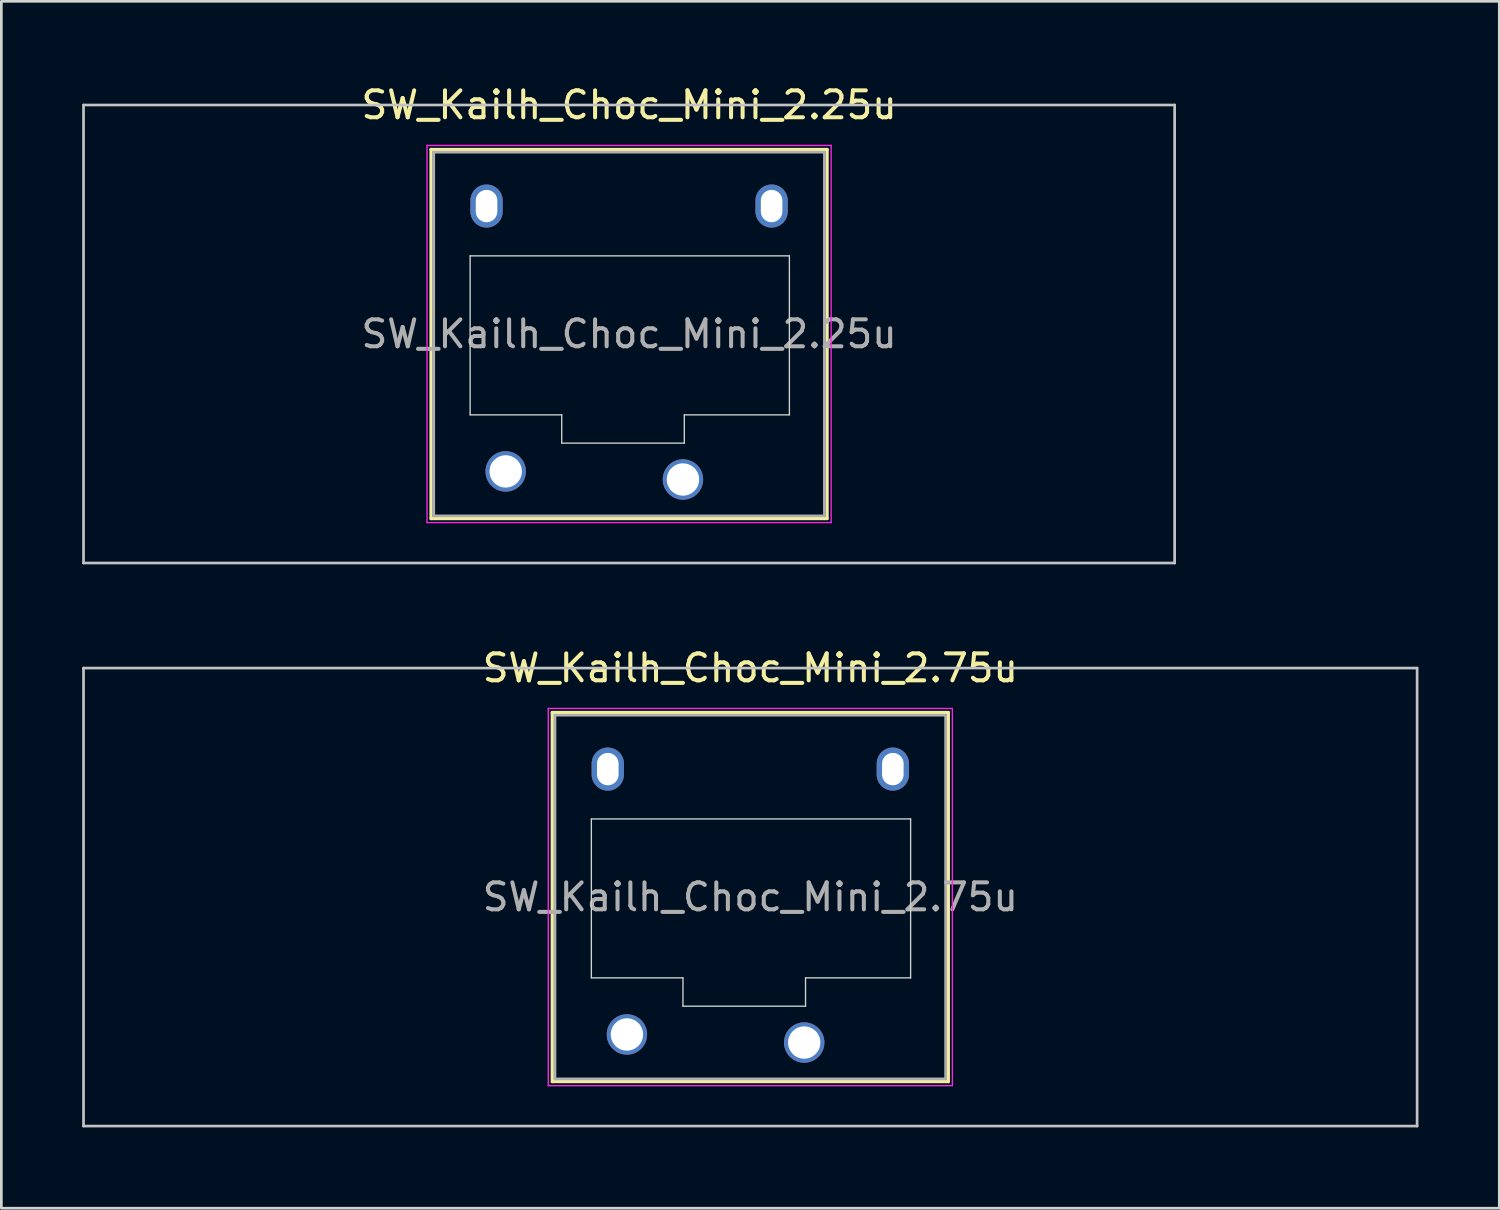
<source format=kicad_pcb>
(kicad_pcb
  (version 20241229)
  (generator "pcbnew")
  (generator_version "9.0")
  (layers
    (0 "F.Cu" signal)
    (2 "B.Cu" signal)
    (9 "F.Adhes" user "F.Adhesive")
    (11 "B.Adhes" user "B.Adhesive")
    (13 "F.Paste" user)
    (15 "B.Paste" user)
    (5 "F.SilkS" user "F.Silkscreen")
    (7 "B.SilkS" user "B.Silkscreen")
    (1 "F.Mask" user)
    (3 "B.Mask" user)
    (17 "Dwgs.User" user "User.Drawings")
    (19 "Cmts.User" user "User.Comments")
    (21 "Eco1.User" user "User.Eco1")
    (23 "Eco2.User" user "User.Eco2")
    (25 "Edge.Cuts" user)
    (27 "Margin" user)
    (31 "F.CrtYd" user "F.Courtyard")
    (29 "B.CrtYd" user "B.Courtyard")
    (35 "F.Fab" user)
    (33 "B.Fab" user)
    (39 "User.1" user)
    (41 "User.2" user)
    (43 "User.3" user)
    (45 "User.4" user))
  (footprint "SW_Kailh_Choc_Mini_2.25u"
    (layer "F.Cu")
    (at 20.3 9.348)
    (property "Reference" "SW_Kailh_Choc_Mini_2.25u" (at 0 -8.5 0) (layer "F.SilkS") (effects (font (size 1 1) (thickness 0.15))))
    (attr through_hole)
    (fp_line (start -7.35 -6.85) (end -7.35 6.85) (stroke (width 0.12) (type solid)) (layer "F.SilkS"))
    (fp_line (start -7.35 6.85) (end 7.35 6.85) (stroke (width 0.12) (type solid)) (layer "F.SilkS"))
    (fp_line (start 7.35 -6.85) (end -7.35 -6.85) (stroke (width 0.12) (type solid)) (layer "F.SilkS"))
    (fp_line (start 7.35 6.85) (end 7.35 -6.85) (stroke (width 0.12) (type solid)) (layer "F.SilkS"))
    (fp_line (start -20.25 -8.5) (end -20.25 8.5) (stroke (width 0.1) (type solid)) (layer "Dwgs.User"))
    (fp_line (start -20.25 8.5) (end 20.25 8.5) (stroke (width 0.1) (type solid)) (layer "Dwgs.User"))
    (fp_line (start 20.25 -8.5) (end -20.25 -8.5) (stroke (width 0.1) (type solid)) (layer "Dwgs.User"))
    (fp_line (start 20.25 8.5) (end 20.25 -8.5) (stroke (width 0.1) (type solid)) (layer "Dwgs.User"))
    (fp_line (start -6.85 -6.35) (end -6.85 6.35) (stroke (width 0.1) (type solid)) (layer "Eco1.User"))
    (fp_line (start -6.85 6.35) (end 6.85 6.35) (stroke (width 0.1) (type solid)) (layer "Eco1.User"))
    (fp_line (start 6.85 -6.35) (end -6.85 -6.35) (stroke (width 0.1) (type solid)) (layer "Eco1.User"))
    (fp_line (start 6.85 6.35) (end 6.85 -6.35) (stroke (width 0.1) (type solid)) (layer "Eco1.User"))
    (fp_line (start -5.9 -2.9) (end -5.9 3) (stroke (width 0.05) (type solid)) (layer "Edge.Cuts"))
    (fp_line (start -5.9 3) (end -2.5 3) (stroke (width 0.05) (type solid)) (layer "Edge.Cuts"))
    (fp_line (start -2.5 3) (end -2.5 4.05) (stroke (width 0.05) (type solid)) (layer "Edge.Cuts"))
    (fp_line (start -2.5 4.05) (end 2.05 4.05) (stroke (width 0.05) (type solid)) (layer "Edge.Cuts"))
    (fp_line (start 2.05 3) (end 5.95 3) (stroke (width 0.05) (type solid)) (layer "Edge.Cuts"))
    (fp_line (start 2.05 4.05) (end 2.05 3) (stroke (width 0.05) (type solid)) (layer "Edge.Cuts"))
    (fp_line (start 5.95 -2.9) (end -5.9 -2.9) (stroke (width 0.05) (type solid)) (layer "Edge.Cuts"))
    (fp_line (start 5.95 3) (end 5.95 -2.9) (stroke (width 0.05) (type solid)) (layer "Edge.Cuts"))
    (fp_line (start -7.5 -7) (end -7.5 7) (stroke (width 0.05) (type solid)) (layer "F.CrtYd"))
    (fp_line (start -7.5 7) (end 7.5 7) (stroke (width 0.05) (type solid)) (layer "F.CrtYd"))
    (fp_line (start 7.5 -7) (end -7.5 -7) (stroke (width 0.05) (type solid)) (layer "F.CrtYd"))
    (fp_line (start 7.5 7) (end 7.5 -7) (stroke (width 0.05) (type solid)) (layer "F.CrtYd"))
    (fp_line (start -7.25 -6.75) (end -7.25 6.75) (stroke (width 0.1) (type solid)) (layer "F.Fab"))
    (fp_line (start -7.25 6.75) (end 7.25 6.75) (stroke (width 0.1) (type solid)) (layer "F.Fab"))
    (fp_line (start 7.25 -6.75) (end -7.25 -6.75) (stroke (width 0.1) (type solid)) (layer "F.Fab"))
    (fp_line (start 7.25 6.75) (end 7.25 -6.75) (stroke (width 0.1) (type solid)) (layer "F.Fab"))
    (fp_text user "${REFERENCE}" (at 0 0 0) (layer "F.Fab") (effects (font (size 1 1) (thickness 0.15))))
    (pad "" np_thru_hole oval (at -5.29 -4.75) (size 1.2 1.6) (drill oval 0.8 1.2) (layers "*.Cu" "*.Mask"))
    (pad "" smd circle (at -4.58 5.1) (size 1.25 1.25) (layers "F.Mask"))
    (pad "" smd circle (at 2 5.4) (size 1.25 1.25) (layers "F.Mask"))
    (pad "" np_thru_hole oval (at 5.29 -4.75) (size 1.2 1.6) (drill oval 0.8 1.2) (layers "*.Cu" "*.Mask"))
    (pad "1" thru_hole circle (at 2 5.4) (size 1.5 1.5) (drill 1.2) (layers "*.Cu" "B.Mask"))
    (pad "2" thru_hole circle (at -4.58 5.1) (size 1.5 1.5) (drill 1.2) (layers "*.Cu" "B.Mask")))
  (footprint "SW_Kailh_Choc_Mini_2.75u"
    (layer "F.Cu")
    (at 24.8 30.247)
    (property "Reference" "SW_Kailh_Choc_Mini_2.75u" (at 0 -8.5 0) (layer "F.SilkS") (effects (font (size 1 1) (thickness 0.15))))
    (attr through_hole)
    (fp_line (start -7.35 -6.85) (end -7.35 6.85) (stroke (width 0.12) (type solid)) (layer "F.SilkS"))
    (fp_line (start -7.35 6.85) (end 7.35 6.85) (stroke (width 0.12) (type solid)) (layer "F.SilkS"))
    (fp_line (start 7.35 -6.85) (end -7.35 -6.85) (stroke (width 0.12) (type solid)) (layer "F.SilkS"))
    (fp_line (start 7.35 6.85) (end 7.35 -6.85) (stroke (width 0.12) (type solid)) (layer "F.SilkS"))
    (fp_line (start -24.75 -8.5) (end -24.75 8.5) (stroke (width 0.1) (type solid)) (layer "Dwgs.User"))
    (fp_line (start -24.75 8.5) (end 24.75 8.5) (stroke (width 0.1) (type solid)) (layer "Dwgs.User"))
    (fp_line (start 24.75 -8.5) (end -24.75 -8.5) (stroke (width 0.1) (type solid)) (layer "Dwgs.User"))
    (fp_line (start 24.75 8.5) (end 24.75 -8.5) (stroke (width 0.1) (type solid)) (layer "Dwgs.User"))
    (fp_line (start -6.85 -6.35) (end -6.85 6.35) (stroke (width 0.1) (type solid)) (layer "Eco1.User"))
    (fp_line (start -6.85 6.35) (end 6.85 6.35) (stroke (width 0.1) (type solid)) (layer "Eco1.User"))
    (fp_line (start 6.85 -6.35) (end -6.85 -6.35) (stroke (width 0.1) (type solid)) (layer "Eco1.User"))
    (fp_line (start 6.85 6.35) (end 6.85 -6.35) (stroke (width 0.1) (type solid)) (layer "Eco1.User"))
    (fp_line (start -5.9 -2.9) (end -5.9 3) (stroke (width 0.05) (type solid)) (layer "Edge.Cuts"))
    (fp_line (start -5.9 3) (end -2.5 3) (stroke (width 0.05) (type solid)) (layer "Edge.Cuts"))
    (fp_line (start -2.5 3) (end -2.5 4.05) (stroke (width 0.05) (type solid)) (layer "Edge.Cuts"))
    (fp_line (start -2.5 4.05) (end 2.05 4.05) (stroke (width 0.05) (type solid)) (layer "Edge.Cuts"))
    (fp_line (start 2.05 3) (end 5.95 3) (stroke (width 0.05) (type solid)) (layer "Edge.Cuts"))
    (fp_line (start 2.05 4.05) (end 2.05 3) (stroke (width 0.05) (type solid)) (layer "Edge.Cuts"))
    (fp_line (start 5.95 -2.9) (end -5.9 -2.9) (stroke (width 0.05) (type solid)) (layer "Edge.Cuts"))
    (fp_line (start 5.95 3) (end 5.95 -2.9) (stroke (width 0.05) (type solid)) (layer "Edge.Cuts"))
    (fp_line (start -7.5 -7) (end -7.5 7) (stroke (width 0.05) (type solid)) (layer "F.CrtYd"))
    (fp_line (start -7.5 7) (end 7.5 7) (stroke (width 0.05) (type solid)) (layer "F.CrtYd"))
    (fp_line (start 7.5 -7) (end -7.5 -7) (stroke (width 0.05) (type solid)) (layer "F.CrtYd"))
    (fp_line (start 7.5 7) (end 7.5 -7) (stroke (width 0.05) (type solid)) (layer "F.CrtYd"))
    (fp_line (start -7.25 -6.75) (end -7.25 6.75) (stroke (width 0.1) (type solid)) (layer "F.Fab"))
    (fp_line (start -7.25 6.75) (end 7.25 6.75) (stroke (width 0.1) (type solid)) (layer "F.Fab"))
    (fp_line (start 7.25 -6.75) (end -7.25 -6.75) (stroke (width 0.1) (type solid)) (layer "F.Fab"))
    (fp_line (start 7.25 6.75) (end 7.25 -6.75) (stroke (width 0.1) (type solid)) (layer "F.Fab"))
    (fp_text user "${REFERENCE}" (at 0 0 0) (layer "F.Fab") (effects (font (size 1 1) (thickness 0.15))))
    (pad "" np_thru_hole oval (at -5.29 -4.75) (size 1.2 1.6) (drill oval 0.8 1.2) (layers "*.Cu" "*.Mask"))
    (pad "" smd circle (at -4.58 5.1) (size 1.25 1.25) (layers "F.Mask"))
    (pad "" smd circle (at 2 5.4) (size 1.25 1.25) (layers "F.Mask"))
    (pad "" np_thru_hole oval (at 5.29 -4.75) (size 1.2 1.6) (drill oval 0.8 1.2) (layers "*.Cu" "*.Mask"))
    (pad "1" thru_hole circle (at 2 5.4) (size 1.5 1.5) (drill 1.2) (layers "*.Cu" "B.Mask"))
    (pad "2" thru_hole circle (at -4.58 5.1) (size 1.5 1.5) (drill 1.2) (layers "*.Cu" "B.Mask")))
  (gr_rect
    (start -3 -3)
    (end 52.6 41.797)
    (stroke (width 0.1) (type default))
    (fill no)
    (layer "Edge.Cuts")))
</source>
